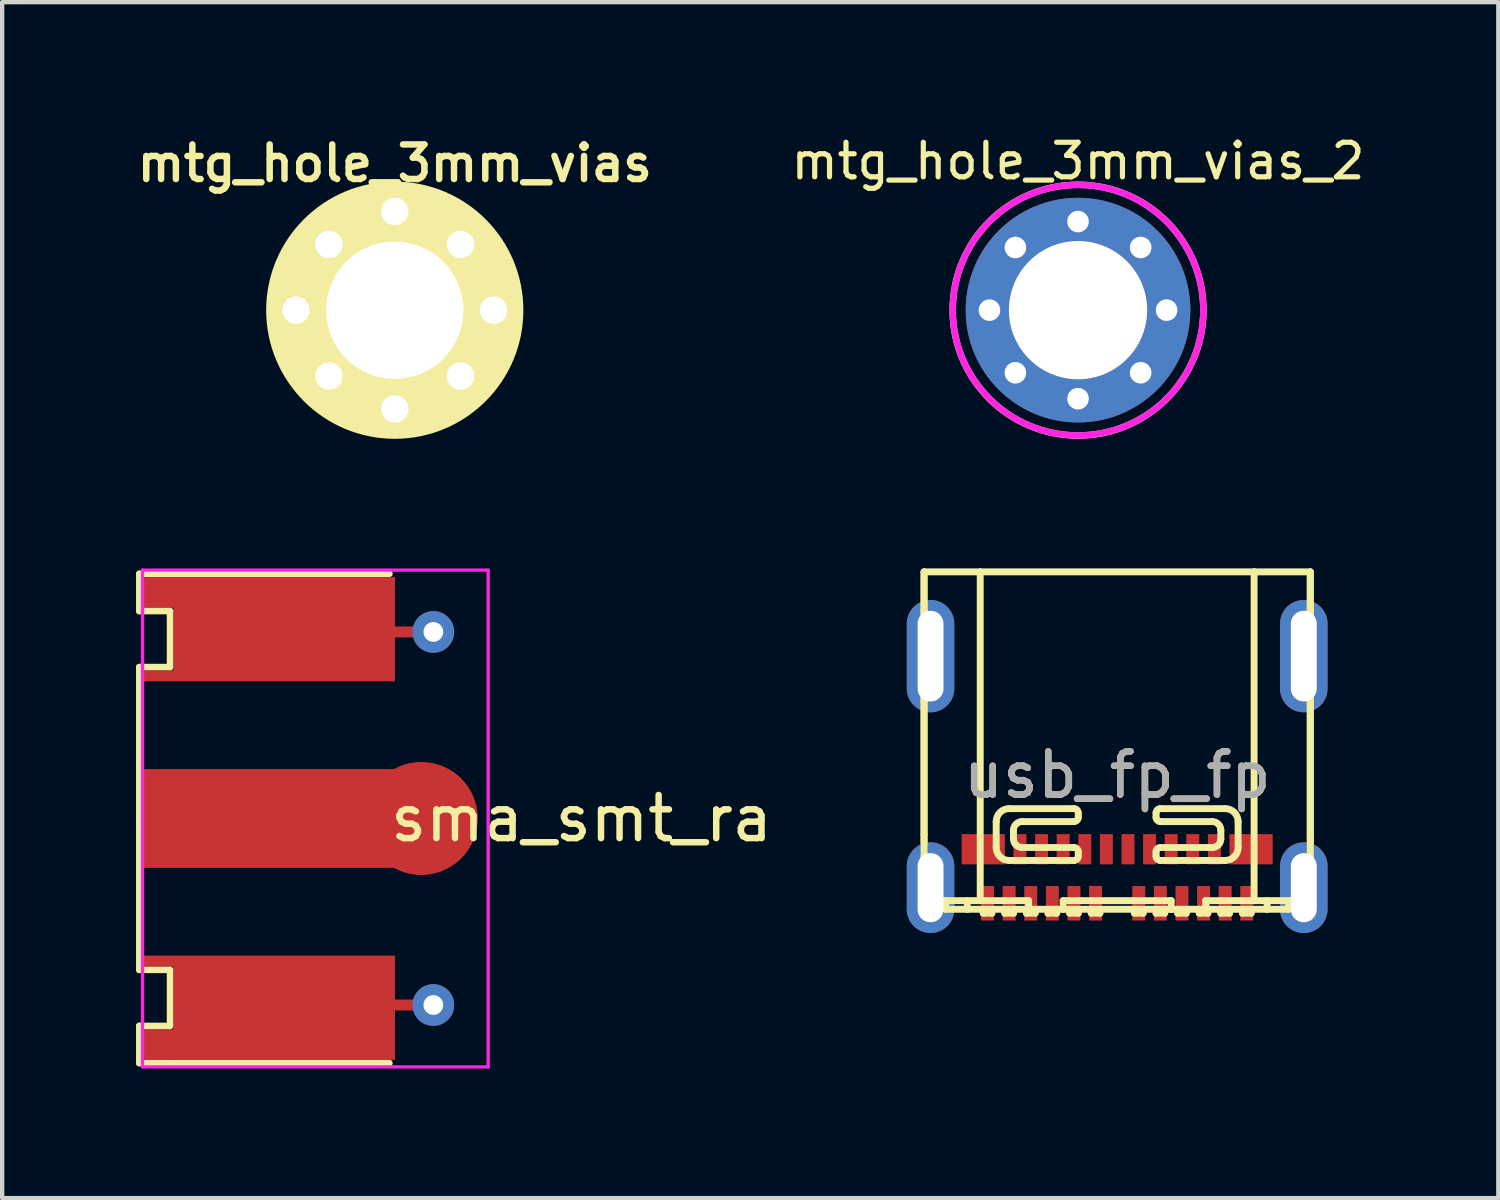
<source format=kicad_pcb>
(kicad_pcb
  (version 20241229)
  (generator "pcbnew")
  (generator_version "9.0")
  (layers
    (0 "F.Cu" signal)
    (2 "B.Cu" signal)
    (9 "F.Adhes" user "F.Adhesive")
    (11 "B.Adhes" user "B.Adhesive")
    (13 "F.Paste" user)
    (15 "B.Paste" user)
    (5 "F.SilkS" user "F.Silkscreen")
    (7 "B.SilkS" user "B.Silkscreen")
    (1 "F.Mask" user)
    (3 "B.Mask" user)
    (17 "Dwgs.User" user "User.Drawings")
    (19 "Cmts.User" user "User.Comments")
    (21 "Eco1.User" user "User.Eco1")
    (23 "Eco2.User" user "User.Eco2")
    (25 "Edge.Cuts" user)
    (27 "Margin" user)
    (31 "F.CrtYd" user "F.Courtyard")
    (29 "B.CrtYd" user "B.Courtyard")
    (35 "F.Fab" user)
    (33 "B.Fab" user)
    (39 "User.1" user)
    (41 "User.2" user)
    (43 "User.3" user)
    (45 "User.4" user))
  (footprint "usb_fp_fp"
    (layer "F.Cu")
    (at 22.81 14.888)
    (property "Reference" "usb_fp_fp" (at 0 0 0) (layer "F.SilkS") (effects (font (size 1 1) (thickness 0.15))))
    (attr through_hole)
    (fp_line (start -4.47 -4.7) (end -4.47 -3.8) (stroke (width 0.16) (type solid)) (layer "F.SilkS"))
    (fp_line (start -4.47 -4.7) (end -4.47 2.91) (stroke (width 0.16) (type solid)) (layer "F.SilkS"))
    (fp_line (start -4.47 -4.7) (end -3.17 -4.7) (stroke (width 0.16) (type solid)) (layer "F.SilkS"))
    (fp_line (start -4.47 -3.5) (end -4.47 -3.8) (stroke (width 0.16) (type solid)) (layer "F.SilkS"))
    (fp_line (start -4.47 -3.5) (end -4.47 -3.35) (stroke (width 0.16) (type solid)) (layer "F.SilkS"))
    (fp_line (start -4.47 -2.15) (end -4.47 -2) (stroke (width 0.16) (type solid)) (layer "F.SilkS"))
    (fp_line (start -4.47 -1.7) (end -4.47 -2) (stroke (width 0.16) (type solid)) (layer "F.SilkS"))
    (fp_line (start -4.47 -1.7) (end -4.47 1.37) (stroke (width 0.16) (type solid)) (layer "F.SilkS"))
    (fp_line (start -4.47 1.57) (end -4.47 1.37) (stroke (width 0.16) (type solid)) (layer "F.SilkS"))
    (fp_line (start -4.47 2.11) (end -4.47 1.91) (stroke (width 0.16) (type solid)) (layer "F.SilkS"))
    (fp_line (start -4.47 2.26) (end -4.47 2.11) (stroke (width 0.16) (type solid)) (layer "F.SilkS"))
    (fp_line (start -4.47 2.91) (end -4.47 3.11) (stroke (width 0.16) (type solid)) (layer "F.SilkS"))
    (fp_line (start -4.47 3.11) (end -4.17 3.11) (stroke (width 0.16) (type solid)) (layer "F.SilkS"))
    (fp_line (start -4.17 2.91) (end -4.17 3.11) (stroke (width 0.16) (type solid)) (layer "F.SilkS"))
    (fp_line (start -3.97 2.91) (end -3.97 3.11) (stroke (width 0.16) (type solid)) (layer "F.SilkS"))
    (fp_line (start -3.47 2.91) (end -3.47 3.11) (stroke (width 0.16) (type solid)) (layer "F.SilkS"))
    (fp_line (start -3.47 3.11) (end -3.97 3.11) (stroke (width 0.16) (type solid)) (layer "F.SilkS"))
    (fp_line (start -3.17 -4.7) (end -3.17 2.91) (stroke (width 0.16) (type solid)) (layer "F.SilkS"))
    (fp_line (start -3.17 -4.7) (end 3.17 -4.7) (stroke (width 0.16) (type solid)) (layer "F.SilkS"))
    (fp_line (start -3.17 2.91) (end -4.47 2.91) (stroke (width 0.16) (type solid)) (layer "F.SilkS"))
    (fp_line (start -3.1 3.2) (end -3.1 3.11) (stroke (width 0.16) (type solid)) (layer "F.SilkS"))
    (fp_line (start -2.9 3.11) (end -2.9 3.2) (stroke (width 0.16) (type solid)) (layer "F.SilkS"))
    (fp_line (start -2.9 3.2) (end -3.1 3.2) (stroke (width 0.16) (type solid)) (layer "F.SilkS"))
    (fp_line (start -2.8 1.08) (end -2.8 1.68) (stroke (width 0.16) (type solid)) (layer "F.SilkS"))
    (fp_line (start -2.6 3.2) (end -2.6 3.11) (stroke (width 0.16) (type solid)) (layer "F.SilkS"))
    (fp_line (start -2.5 1.98) (end -1 1.98) (stroke (width 0.16) (type solid)) (layer "F.SilkS"))
    (fp_line (start -2.4 1.48) (end -2.4 1.28) (stroke (width 0.16) (type solid)) (layer "F.SilkS"))
    (fp_line (start -2.4 3.11) (end -2.4 3.2) (stroke (width 0.16) (type solid)) (layer "F.SilkS"))
    (fp_line (start -2.4 3.2) (end -2.6 3.2) (stroke (width 0.16) (type solid)) (layer "F.SilkS"))
    (fp_line (start -2.2 1.08) (end -1 1.08) (stroke (width 0.16) (type solid)) (layer "F.SilkS"))
    (fp_line (start -2.1 3.2) (end -2.1 3.11) (stroke (width 0.16) (type solid)) (layer "F.SilkS"))
    (fp_line (start -2.05 2.91) (end -3.17 2.91) (stroke (width 0.16) (type solid)) (layer "F.SilkS"))
    (fp_line (start -2.05 2.91) (end -2.05 3.11) (stroke (width 0.16) (type solid)) (layer "F.SilkS"))
    (fp_line (start -2.05 3.11) (end -3.47 3.11) (stroke (width 0.16) (type solid)) (layer "F.SilkS"))
    (fp_line (start -1.9 3.11) (end -1.9 3.2) (stroke (width 0.16) (type solid)) (layer "F.SilkS"))
    (fp_line (start -1.9 3.2) (end -2.1 3.2) (stroke (width 0.16) (type solid)) (layer "F.SilkS"))
    (fp_line (start -1.6 3.2) (end -1.6 3.11) (stroke (width 0.16) (type solid)) (layer "F.SilkS"))
    (fp_line (start -1.4 3.11) (end -1.4 3.2) (stroke (width 0.16) (type solid)) (layer "F.SilkS"))
    (fp_line (start -1.4 3.2) (end -1.6 3.2) (stroke (width 0.16) (type solid)) (layer "F.SilkS"))
    (fp_line (start -1.25 2.91) (end -1.25 3.11) (stroke (width 0.16) (type solid)) (layer "F.SilkS"))
    (fp_line (start -1.25 3.11) (end -2.05 3.11) (stroke (width 0.16) (type solid)) (layer "F.SilkS"))
    (fp_line (start -1.1 3.2) (end -1.1 3.11) (stroke (width 0.16) (type solid)) (layer "F.SilkS"))
    (fp_line (start -1 0.78) (end -2.5 0.78) (stroke (width 0.16) (type solid)) (layer "F.SilkS"))
    (fp_line (start -1 1.68) (end -2.2 1.68) (stroke (width 0.16) (type solid)) (layer "F.SilkS"))
    (fp_line (start -0.9 0.98) (end -0.9 0.88) (stroke (width 0.16) (type solid)) (layer "F.SilkS"))
    (fp_line (start -0.9 1.88) (end -0.9 1.78) (stroke (width 0.16) (type solid)) (layer "F.SilkS"))
    (fp_line (start -0.9 3.11) (end -0.9 3.2) (stroke (width 0.16) (type solid)) (layer "F.SilkS"))
    (fp_line (start -0.9 3.2) (end -1.1 3.2) (stroke (width 0.16) (type solid)) (layer "F.SilkS"))
    (fp_line (start -0.6 3.2) (end -0.6 3.11) (stroke (width 0.16) (type solid)) (layer "F.SilkS"))
    (fp_line (start -0.4 3.11) (end -0.4 3.2) (stroke (width 0.16) (type solid)) (layer "F.SilkS"))
    (fp_line (start -0.4 3.2) (end -0.6 3.2) (stroke (width 0.16) (type solid)) (layer "F.SilkS"))
    (fp_line (start 0.4 3.2) (end 0.4 3.11) (stroke (width 0.16) (type solid)) (layer "F.SilkS"))
    (fp_line (start 0.6 3.11) (end 0.6 3.2) (stroke (width 0.16) (type solid)) (layer "F.SilkS"))
    (fp_line (start 0.6 3.2) (end 0.4 3.2) (stroke (width 0.16) (type solid)) (layer "F.SilkS"))
    (fp_line (start 0.9 0.88) (end 0.9 0.98) (stroke (width 0.16) (type solid)) (layer "F.SilkS"))
    (fp_line (start 0.9 1.78) (end 0.9 1.88) (stroke (width 0.16) (type solid)) (layer "F.SilkS"))
    (fp_line (start 0.9 3.2) (end 0.9 3.11) (stroke (width 0.16) (type solid)) (layer "F.SilkS"))
    (fp_line (start 1 1.08) (end 2.2 1.08) (stroke (width 0.16) (type solid)) (layer "F.SilkS"))
    (fp_line (start 1 1.98) (end 2.5 1.98) (stroke (width 0.16) (type solid)) (layer "F.SilkS"))
    (fp_line (start 1.1 3.11) (end 1.1 3.2) (stroke (width 0.16) (type solid)) (layer "F.SilkS"))
    (fp_line (start 1.1 3.2) (end 0.9 3.2) (stroke (width 0.16) (type solid)) (layer "F.SilkS"))
    (fp_line (start 1.25 2.91) (end -1.25 2.91) (stroke (width 0.16) (type solid)) (layer "F.SilkS"))
    (fp_line (start 1.25 2.91) (end 1.25 3.11) (stroke (width 0.16) (type solid)) (layer "F.SilkS"))
    (fp_line (start 1.25 3.11) (end -1.25 3.11) (stroke (width 0.16) (type solid)) (layer "F.SilkS"))
    (fp_line (start 1.4 3.2) (end 1.4 3.11) (stroke (width 0.16) (type solid)) (layer "F.SilkS"))
    (fp_line (start 1.6 3.11) (end 1.6 3.2) (stroke (width 0.16) (type solid)) (layer "F.SilkS"))
    (fp_line (start 1.6 3.2) (end 1.4 3.2) (stroke (width 0.16) (type solid)) (layer "F.SilkS"))
    (fp_line (start 1.9 3.2) (end 1.9 3.11) (stroke (width 0.16) (type solid)) (layer "F.SilkS"))
    (fp_line (start 2.05 2.91) (end 2.05 3.11) (stroke (width 0.16) (type solid)) (layer "F.SilkS"))
    (fp_line (start 2.05 3.11) (end 1.25 3.11) (stroke (width 0.16) (type solid)) (layer "F.SilkS"))
    (fp_line (start 2.1 3.11) (end 2.1 3.2) (stroke (width 0.16) (type solid)) (layer "F.SilkS"))
    (fp_line (start 2.1 3.2) (end 1.9 3.2) (stroke (width 0.16) (type solid)) (layer "F.SilkS"))
    (fp_line (start 2.2 1.68) (end 1 1.68) (stroke (width 0.16) (type solid)) (layer "F.SilkS"))
    (fp_line (start 2.4 1.28) (end 2.4 1.48) (stroke (width 0.16) (type solid)) (layer "F.SilkS"))
    (fp_line (start 2.4 3.2) (end 2.4 3.11) (stroke (width 0.16) (type solid)) (layer "F.SilkS"))
    (fp_line (start 2.5 0.78) (end 1 0.78) (stroke (width 0.16) (type solid)) (layer "F.SilkS"))
    (fp_line (start 2.6 3.11) (end 2.6 3.2) (stroke (width 0.16) (type solid)) (layer "F.SilkS"))
    (fp_line (start 2.6 3.2) (end 2.4 3.2) (stroke (width 0.16) (type solid)) (layer "F.SilkS"))
    (fp_line (start 2.8 1.68) (end 2.8 1.08) (stroke (width 0.16) (type solid)) (layer "F.SilkS"))
    (fp_line (start 2.9 3.2) (end 2.9 3.11) (stroke (width 0.16) (type solid)) (layer "F.SilkS"))
    (fp_line (start 3.1 3.11) (end 3.1 3.2) (stroke (width 0.16) (type solid)) (layer "F.SilkS"))
    (fp_line (start 3.1 3.2) (end 2.9 3.2) (stroke (width 0.16) (type solid)) (layer "F.SilkS"))
    (fp_line (start 3.17 -4.7) (end 3.17 2.91) (stroke (width 0.16) (type solid)) (layer "F.SilkS"))
    (fp_line (start 3.17 -4.7) (end 4.47 -4.7) (stroke (width 0.16) (type solid)) (layer "F.SilkS"))
    (fp_line (start 3.17 2.91) (end 2.05 2.91) (stroke (width 0.16) (type solid)) (layer "F.SilkS"))
    (fp_line (start 3.47 2.91) (end 3.47 3.11) (stroke (width 0.16) (type solid)) (layer "F.SilkS"))
    (fp_line (start 3.47 3.11) (end 2.05 3.11) (stroke (width 0.16) (type solid)) (layer "F.SilkS"))
    (fp_line (start 3.97 2.91) (end 3.97 3.11) (stroke (width 0.16) (type solid)) (layer "F.SilkS"))
    (fp_line (start 3.97 3.11) (end 3.47 3.11) (stroke (width 0.16) (type solid)) (layer "F.SilkS"))
    (fp_line (start 4.17 2.91) (end 4.17 3.11) (stroke (width 0.16) (type solid)) (layer "F.SilkS"))
    (fp_line (start 4.47 -4.7) (end 4.47 -3.8) (stroke (width 0.16) (type solid)) (layer "F.SilkS"))
    (fp_line (start 4.47 -3.8) (end 4.47 -3.5) (stroke (width 0.16) (type solid)) (layer "F.SilkS"))
    (fp_line (start 4.47 -3.35) (end 4.47 -3.5) (stroke (width 0.16) (type solid)) (layer "F.SilkS"))
    (fp_line (start 4.47 -2) (end 4.47 -2.15) (stroke (width 0.16) (type solid)) (layer "F.SilkS"))
    (fp_line (start 4.47 -2) (end 4.47 -1.7) (stroke (width 0.16) (type solid)) (layer "F.SilkS"))
    (fp_line (start 4.47 -1.7) (end 4.47 1.37) (stroke (width 0.16) (type solid)) (layer "F.SilkS"))
    (fp_line (start 4.47 1.57) (end 4.47 1.37) (stroke (width 0.16) (type solid)) (layer "F.SilkS"))
    (fp_line (start 4.47 2.11) (end 4.47 1.91) (stroke (width 0.16) (type solid)) (layer "F.SilkS"))
    (fp_line (start 4.47 2.26) (end 4.47 2.11) (stroke (width 0.16) (type solid)) (layer "F.SilkS"))
    (fp_line (start 4.47 2.91) (end 3.17 2.91) (stroke (width 0.16) (type solid)) (layer "F.SilkS"))
    (fp_line (start 4.47 2.91) (end 4.47 -4.7) (stroke (width 0.16) (type solid)) (layer "F.SilkS"))
    (fp_line (start 4.47 2.91) (end 4.47 3.11) (stroke (width 0.16) (type solid)) (layer "F.SilkS"))
    (fp_line (start 4.47 3.11) (end 4.17 3.11) (stroke (width 0.16) (type solid)) (layer "F.SilkS"))
    (fp_arc (start -2.8 1.08) (mid -2.712132 0.867868) (end -2.5 0.78) (stroke (width 0.16) (type solid)) (layer "F.SilkS"))
    (fp_arc (start -2.5 1.98) (mid -2.712132 1.892132) (end -2.8 1.68) (stroke (width 0.16) (type solid)) (layer "F.SilkS"))
    (fp_arc (start -2.4 1.28) (mid -2.341421 1.138579) (end -2.2 1.08) (stroke (width 0.16) (type solid)) (layer "F.SilkS"))
    (fp_arc (start -2.2 1.68) (mid -2.341421 1.621421) (end -2.4 1.48) (stroke (width 0.16) (type solid)) (layer "F.SilkS"))
    (fp_arc (start -1 0.78) (mid -0.929289 0.809289) (end -0.9 0.88) (stroke (width 0.16) (type solid)) (layer "F.SilkS"))
    (fp_arc (start -1 1.68) (mid -0.929289 1.709289) (end -0.9 1.78) (stroke (width 0.16) (type solid)) (layer "F.SilkS"))
    (fp_arc (start -0.9 0.98) (mid -0.929289 1.050711) (end -1 1.08) (stroke (width 0.16) (type solid)) (layer "F.SilkS"))
    (fp_arc (start -0.9 1.88) (mid -0.929289 1.950711) (end -1 1.98) (stroke (width 0.16) (type solid)) (layer "F.SilkS"))
    (fp_arc (start 0.9 0.88) (mid 0.929289 0.809289) (end 1 0.78) (stroke (width 0.16) (type solid)) (layer "F.SilkS"))
    (fp_arc (start 0.9 1.78) (mid 0.929289 1.709289) (end 1 1.68) (stroke (width 0.16) (type solid)) (layer "F.SilkS"))
    (fp_arc (start 1 1.08) (mid 0.929289 1.050711) (end 0.9 0.98) (stroke (width 0.16) (type solid)) (layer "F.SilkS"))
    (fp_arc (start 1 1.98) (mid 0.929289 1.950711) (end 0.9 1.88) (stroke (width 0.16) (type solid)) (layer "F.SilkS"))
    (fp_arc (start 2.2 1.08) (mid 2.341421 1.138579) (end 2.4 1.28) (stroke (width 0.16) (type solid)) (layer "F.SilkS"))
    (fp_arc (start 2.4 1.48) (mid 2.341421 1.621421) (end 2.2 1.68) (stroke (width 0.16) (type solid)) (layer "F.SilkS"))
    (fp_arc (start 2.5 0.78) (mid 2.712132 0.867868) (end 2.8 1.08) (stroke (width 0.16) (type solid)) (layer "F.SilkS"))
    (fp_arc (start 2.8 1.68) (mid 2.712132 1.892132) (end 2.5 1.98) (stroke (width 0.16) (type solid)) (layer "F.SilkS"))
    (fp_text user "${REFERENCE}" (at 0 0 0) (layer "F.Fab") (effects (font (size 1 1) (thickness 0.15))))
    (pad "#" thru_hole oval (at -4.32 -2.75) (size 1.1 2.6) (drill oval 0.6 2.1) (layers "*.Cu" "*.Mask"))
    (pad "#" thru_hole oval (at -4.32 2.61) (size 1.1 2.1) (drill oval 0.6 1.6) (layers "*.Cu" "*.Mask"))
    (pad "#" smd rect (at -3.1 1.72) (size 1 0.7) (layers "F.Cu" "F.Mask" "F.Paste"))
    (pad "#" smd rect (at -3 2.97) (size 0.3 0.8) (layers "F.Cu" "F.Mask" "F.Paste"))
    (pad "#" smd rect (at -2.5 2.97) (size 0.3 0.8) (layers "F.Cu" "F.Mask" "F.Paste"))
    (pad "#" smd rect (at -2.25 1.72) (size 0.3 0.7) (layers "F.Cu" "F.Mask" "F.Paste"))
    (pad "#" smd rect (at -2 2.97) (size 0.3 0.8) (layers "F.Cu" "F.Mask" "F.Paste"))
    (pad "#" smd rect (at -1.75 1.72) (size 0.3 0.7) (layers "F.Cu" "F.Mask" "F.Paste"))
    (pad "#" smd rect (at -1.5 2.97) (size 0.3 0.8) (layers "F.Cu" "F.Mask" "F.Paste"))
    (pad "#" smd rect (at -1.25 1.72) (size 0.3 0.7) (layers "F.Cu" "F.Mask" "F.Paste"))
    (pad "#" smd rect (at -1 2.97) (size 0.3 0.8) (layers "F.Cu" "F.Mask" "F.Paste"))
    (pad "#" smd rect (at -0.75 1.72) (size 0.3 0.7) (layers "F.Cu" "F.Mask" "F.Paste"))
    (pad "#" smd rect (at -0.5 2.97) (size 0.3 0.8) (layers "F.Cu" "F.Mask" "F.Paste"))
    (pad "#" smd rect (at -0.25 1.72) (size 0.3 0.7) (layers "F.Cu" "F.Mask" "F.Paste"))
    (pad "#" smd rect (at 0.25 1.72) (size 0.3 0.7) (layers "F.Cu" "F.Mask" "F.Paste"))
    (pad "#" smd rect (at 0.5 2.97) (size 0.3 0.8) (layers "F.Cu" "F.Mask" "F.Paste"))
    (pad "#" smd rect (at 0.75 1.72) (size 0.3 0.7) (layers "F.Cu" "F.Mask" "F.Paste"))
    (pad "#" smd rect (at 1 2.97) (size 0.3 0.8) (layers "F.Cu" "F.Mask" "F.Paste"))
    (pad "#" smd rect (at 1.25 1.72) (size 0.3 0.7) (layers "F.Cu" "F.Mask" "F.Paste"))
    (pad "#" smd rect (at 1.5 2.97) (size 0.3 0.8) (layers "F.Cu" "F.Mask" "F.Paste"))
    (pad "#" smd rect (at 1.75 1.72) (size 0.3 0.7) (layers "F.Cu" "F.Mask" "F.Paste"))
    (pad "#" smd rect (at 2 2.97) (size 0.3 0.8) (layers "F.Cu" "F.Mask" "F.Paste"))
    (pad "#" smd rect (at 2.25 1.72) (size 0.3 0.7) (layers "F.Cu" "F.Mask" "F.Paste"))
    (pad "#" smd rect (at 2.5 2.97) (size 0.3 0.8) (layers "F.Cu" "F.Mask" "F.Paste"))
    (pad "#" smd rect (at 3 2.97) (size 0.3 0.8) (layers "F.Cu" "F.Mask" "F.Paste"))
    (pad "#" smd rect (at 3.1 1.72) (size 1 0.7) (layers "F.Cu" "F.Mask" "F.Paste"))
    (pad "#" thru_hole oval (at 4.32 -2.75) (size 1.1 2.6) (drill oval 0.6 2.1) (layers "*.Cu" "*.Mask"))
    (pad "#" thru_hole oval (at 4.32 2.61) (size 1.1 2.1) (drill oval 0.6 1.6) (layers "*.Cu" "*.Mask")))
  (footprint "sma_smt_ra"
    (layer "F.Cu")
    (at 0.25 15.896)
    (property "Reference" "sma_smt_ra" (at 10.16 0 0) (layer "F.SilkS") (effects (font (size 1 1) (thickness 0.15))))
    (attr through_hole)
    (fp_line (start -0.076 -5.664) (end 5.715 -5.664) (stroke (width 0.15) (type solid)) (layer "F.SilkS"))
    (fp_line (start -0.076 -4.801) (end -0.076 -5.664) (stroke (width 0.15) (type solid)) (layer "F.SilkS"))
    (fp_line (start -0.076 -3.505) (end 0.635 -3.505) (stroke (width 0.15) (type solid)) (layer "F.SilkS"))
    (fp_line (start -0.076 -1.219) (end -0.076 -3.505) (stroke (width 0.15) (type solid)) (layer "F.SilkS"))
    (fp_line (start -0.076 0) (end -0.076 -1.219) (stroke (width 0.15) (type solid)) (layer "F.SilkS"))
    (fp_line (start -0.076 0) (end -0.076 3.505) (stroke (width 0.15) (type solid)) (layer "F.SilkS"))
    (fp_line (start -0.076 3.505) (end 0.635 3.505) (stroke (width 0.15) (type solid)) (layer "F.SilkS"))
    (fp_line (start -0.076 4.801) (end -0.076 5.664) (stroke (width 0.15) (type solid)) (layer "F.SilkS"))
    (fp_line (start -0.076 5.664) (end 5.715 5.664) (stroke (width 0.15) (type solid)) (layer "F.SilkS"))
    (fp_line (start 0.635 -4.801) (end -0.076 -4.801) (stroke (width 0.15) (type solid)) (layer "F.SilkS"))
    (fp_line (start 0.635 -3.505) (end 0.635 -4.801) (stroke (width 0.15) (type solid)) (layer "F.SilkS"))
    (fp_line (start 0.635 3.505) (end 0.635 4.801) (stroke (width 0.15) (type solid)) (layer "F.SilkS"))
    (fp_line (start 0.635 4.801) (end -0.076 4.801) (stroke (width 0.15) (type solid)) (layer "F.SilkS"))
    (fp_line (start 0 -5.75) (end 8 -5.75) (stroke (width 0.076) (type solid)) (layer "F.CrtYd"))
    (fp_line (start 0 5.75) (end 0 -5.75) (stroke (width 0.076) (type solid)) (layer "F.CrtYd"))
    (fp_line (start 8 -5.75) (end 8 5.75) (stroke (width 0.076) (type solid)) (layer "F.CrtYd"))
    (fp_line (start 8 5.75) (end 0 5.75) (stroke (width 0.076) (type solid)) (layer "F.CrtYd"))
    (pad "1" smd rect (at 2.921 0) (size 5.842 2.286) (layers "F.Cu" "F.Mask" "F.Paste"))
    (pad "1" smd circle (at 6.452 0) (size 2.616 2.616) (layers "F.Cu" "F.Mask" "F.Paste"))
    (pad "2" smd rect (at 0.363 -5.232) (size 0.724 0.711) (layers "F.Cu" "F.Mask" "F.Paste"))
    (pad "2" smd rect (at 0.363 -3.302) (size 0.724 0.254) (layers "F.Cu" "F.Mask" "F.Paste"))
    (pad "2" smd rect (at 0.363 3.302) (size 0.724 0.254) (layers "F.Cu" "F.Mask" "F.Paste"))
    (pad "2" smd rect (at 0.363 5.232) (size 0.724 0.711) (layers "F.Cu" "F.Mask" "F.Paste"))
    (pad "2" smd rect (at 3.277 -4.381) (size 5.131 2.413) (layers "F.Cu" "F.Mask" "F.Paste"))
    (pad "2" smd rect (at 3.277 4.381) (size 5.131 2.413) (layers "F.Cu" "F.Mask" "F.Paste"))
    (pad "2" smd rect (at 6.096 -4.318) (size 0.699 0.254) (layers "F.Cu" "F.Mask" "F.Paste"))
    (pad "2" smd rect (at 6.096 4.318) (size 0.699 0.254) (layers "F.Cu" "F.Mask" "F.Paste"))
    (pad "2" thru_hole circle (at 6.731 -4.318) (size 0.965 0.965) (drill 0.457) (layers "*.Cu" "*.Mask"))
    (pad "2" thru_hole circle (at 6.731 4.318) (size 0.965 0.965) (drill 0.457) (layers "*.Cu" "*.Mask")))
  (footprint "mtg_hole_3mm_vias"
    (layer "F.Cu")
    (at 6.088 4.131)
    (property "Reference" "mtg_hole_3mm_vias" (at 0 -3.4 0) (layer "F.SilkS") (effects (font (size 0.8 0.8) (thickness 0.15))))
    (attr through_hole)
    (fp_circle (center 0 0) (end 2.9 0.1) (stroke (width 0.15) (type solid)) (fill no) (layer "F.SilkS"))
    (pad "1" thru_hole circle (at -2.286 0) (size 0.889 0.889) (drill 0.635) (layers "*.Cu" "*.Mask" "F.SilkS"))
    (pad "1" thru_hole circle (at -1.524 -1.524) (size 0.889 0.889) (drill 0.635) (layers "*.Cu" "*.Mask" "F.SilkS"))
    (pad "1" thru_hole circle (at -1.524 1.524) (size 0.889 0.889) (drill 0.635) (layers "*.Cu" "*.Mask" "F.SilkS"))
    (pad "1" thru_hole circle (at 0 -2.286) (size 0.889 0.889) (drill 0.635) (layers "*.Cu" "*.Mask" "F.SilkS"))
    (pad "1" thru_hole circle (at 0 0) (size 5.842 5.842) (drill 3.175) (layers "*.Cu" "*.Mask" "F.SilkS"))
    (pad "1" thru_hole circle (at 0 2.286) (size 0.889 0.889) (drill 0.635) (layers "*.Cu" "*.Mask" "F.SilkS"))
    (pad "1" thru_hole circle (at 1.524 -1.524) (size 0.889 0.889) (drill 0.635) (layers "*.Cu" "*.Mask" "F.SilkS"))
    (pad "1" thru_hole circle (at 1.524 1.524) (size 0.889 0.889) (drill 0.635) (layers "*.Cu" "*.Mask" "F.SilkS"))
    (pad "1" thru_hole circle (at 2.286 0) (size 0.889 0.889) (drill 0.635) (layers "*.Cu" "*.Mask" "F.SilkS")))
  (footprint "mtg_hole_3mm_vias_2"
    (layer "F.Cu")
    (at 21.904 4.129)
    (property "Reference" "mtg_hole_3mm_vias_2" (at 0 -3.45 0) (layer "F.SilkS") (effects (font (size 0.8 0.8) (thickness 0.12))))
    (attr through_hole)
    (fp_circle (center 0 0) (end 2.9 0.1) (stroke (width 0.15) (type solid)) (fill no) (layer "F.SilkS"))
    (fp_circle (center 0 0) (end 2.9 0) (stroke (width 0.15) (type solid)) (fill no) (layer "F.CrtYd"))
    (pad "1" thru_hole circle (at -2.05 0) (size 0.75 0.75) (drill 0.5) (layers "*.Cu" "*.Mask"))
    (pad "1" thru_hole circle (at -1.45 -1.45) (size 0.75 0.75) (drill 0.5) (layers "*.Cu" "*.Mask"))
    (pad "1" thru_hole circle (at -1.45 1.45) (size 0.75 0.75) (drill 0.5) (layers "*.Cu" "*.Mask"))
    (pad "1" thru_hole circle (at 0 -2.05) (size 0.75 0.75) (drill 0.5) (layers "*.Cu" "*.Mask"))
    (pad "1" thru_hole circle (at 0 0) (size 5.2 5.2) (drill 3.2) (layers "*.Cu" "*.Mask"))
    (pad "1" thru_hole circle (at 0 2.05) (size 0.75 0.75) (drill 0.5) (layers "*.Cu" "*.Mask"))
    (pad "1" thru_hole circle (at 1.45 -1.45) (size 0.75 0.75) (drill 0.5) (layers "*.Cu" "*.Mask"))
    (pad "1" thru_hole circle (at 1.45 1.45) (size 0.75 0.75) (drill 0.5) (layers "*.Cu" "*.Mask"))
    (pad "1" thru_hole circle (at 2.05 0) (size 0.75 0.75) (drill 0.5) (layers "*.Cu" "*.Mask")))
  (gr_rect
    (start -3 -3)
    (end 31.633 24.684)
    (stroke (width 0.1) (type default))
    (fill no)
    (layer "Edge.Cuts")))
</source>
